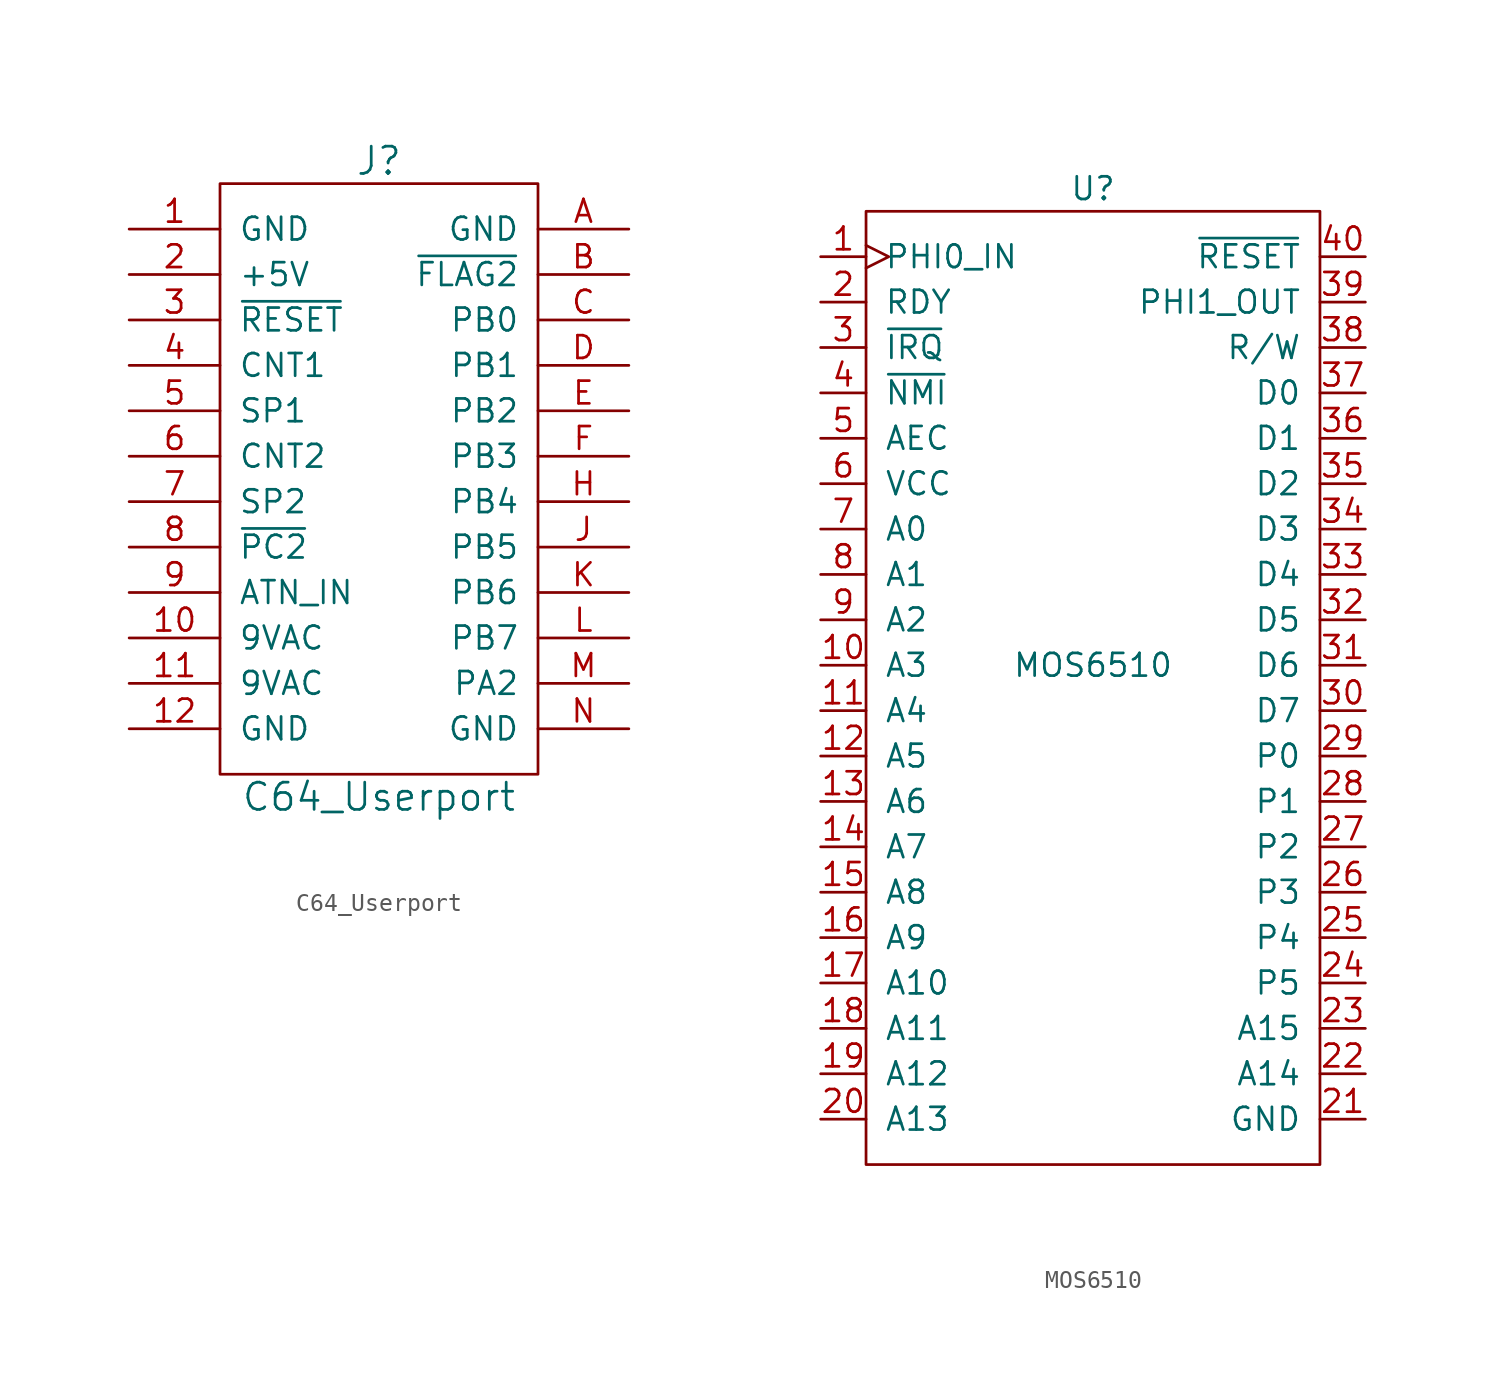
<source format=kicad_sym>
(kicad_symbol_lib
  (version 20211014)
  (generator kicad_symbol_editor)
  (symbol "C64_Userport"
    (pin_names
      (offset 1.016))
    (property "Reference" "J"
      (at 0 17.78 0)
      (effects (font (size 1.524 1.524))))
    (property "Value" "C64_Userport"
      (at 0 -17.78 0)
      (effects (font (size 1.524 1.524))))
    (symbol "C64_Userport_0_1"
      (rectangle (start -8.89 16.51) (end 8.89 -16.51) (stroke (width 0) (type default) (color 0 0 0 0)) (fill (type none))))
    (symbol "C64_Userport_1_1"
      (pin input line (at -13.97 13.97 0) (length 5.08) (name "GND" (effects (font (size 1.27 1.27)))) (number "1" (effects (font (size 1.27 1.27)))))
      (pin input line (at -13.97 -8.89 0) (length 5.08) (name "9VAC" (effects (font (size 1.27 1.27)))) (number "10" (effects (font (size 1.27 1.27)))))
      (pin input line (at -13.97 -11.43 0) (length 5.08) (name "9VAC" (effects (font (size 1.27 1.27)))) (number "11" (effects (font (size 1.27 1.27)))))
      (pin input line (at -13.97 -13.97 0) (length 5.08) (name "GND" (effects (font (size 1.27 1.27)))) (number "12" (effects (font (size 1.27 1.27)))))
      (pin input line (at -13.97 11.43 0) (length 5.08) (name "+5V" (effects (font (size 1.27 1.27)))) (number "2" (effects (font (size 1.27 1.27)))))
      (pin input line (at -13.97 8.89 0) (length 5.08) (name "~{RESET}" (effects (font (size 1.27 1.27)))) (number "3" (effects (font (size 1.27 1.27)))))
      (pin input line (at -13.97 6.35 0) (length 5.08) (name "CNT1" (effects (font (size 1.27 1.27)))) (number "4" (effects (font (size 1.27 1.27)))))
      (pin input line (at -13.97 3.81 0) (length 5.08) (name "SP1" (effects (font (size 1.27 1.27)))) (number "5" (effects (font (size 1.27 1.27)))))
      (pin input line (at -13.97 1.27 0) (length 5.08) (name "CNT2" (effects (font (size 1.27 1.27)))) (number "6" (effects (font (size 1.27 1.27)))))
      (pin input line (at -13.97 -1.27 0) (length 5.08) (name "SP2" (effects (font (size 1.27 1.27)))) (number "7" (effects (font (size 1.27 1.27)))))
      (pin input line (at -13.97 -3.81 0) (length 5.08) (name "~{PC2}" (effects (font (size 1.27 1.27)))) (number "8" (effects (font (size 1.27 1.27)))))
      (pin input line (at -13.97 -6.35 0) (length 5.08) (name "ATN_IN" (effects (font (size 1.27 1.27)))) (number "9" (effects (font (size 1.27 1.27)))))
      (pin input line (at 13.97 13.97 180) (length 5.08) (name "GND" (effects (font (size 1.27 1.27)))) (number "A" (effects (font (size 1.27 1.27)))))
      (pin input line (at 13.97 11.43 180) (length 5.08) (name "~{FLAG2}" (effects (font (size 1.27 1.27)))) (number "B" (effects (font (size 1.27 1.27)))))
      (pin input line (at 13.97 8.89 180) (length 5.08) (name "PB0" (effects (font (size 1.27 1.27)))) (number "C" (effects (font (size 1.27 1.27)))))
      (pin input line (at 13.97 6.35 180) (length 5.08) (name "PB1" (effects (font (size 1.27 1.27)))) (number "D" (effects (font (size 1.27 1.27)))))
      (pin input line (at 13.97 3.81 180) (length 5.08) (name "PB2" (effects (font (size 1.27 1.27)))) (number "E" (effects (font (size 1.27 1.27)))))
      (pin input line (at 13.97 1.27 180) (length 5.08) (name "PB3" (effects (font (size 1.27 1.27)))) (number "F" (effects (font (size 1.27 1.27)))))
      (pin input line (at 13.97 -1.27 180) (length 5.08) (name "PB4" (effects (font (size 1.27 1.27)))) (number "H" (effects (font (size 1.27 1.27)))))
      (pin input line (at 13.97 -3.81 180) (length 5.08) (name "PB5" (effects (font (size 1.27 1.27)))) (number "J" (effects (font (size 1.27 1.27)))))
      (pin input line (at 13.97 -6.35 180) (length 5.08) (name "PB6" (effects (font (size 1.27 1.27)))) (number "K" (effects (font (size 1.27 1.27)))))
      (pin input line (at 13.97 -8.89 180) (length 5.08) (name "PB7" (effects (font (size 1.27 1.27)))) (number "L" (effects (font (size 1.27 1.27)))))
      (pin input line (at 13.97 -11.43 180) (length 5.08) (name "PA2" (effects (font (size 1.27 1.27)))) (number "M" (effects (font (size 1.27 1.27)))))
      (pin input line (at 13.97 -13.97 180) (length 5.08) (name "GND" (effects (font (size 1.27 1.27)))) (number "N" (effects (font (size 1.27 1.27)))))))
  (symbol "MOS6510"
    (pin_names
      (offset 1.016))
    (property "Reference" "U"
      (at 0 26.67 0)
      (effects (font (size 1.27 1.27))))
    (property "Value" "MOS6510"
      (at 0 0 0)
      (effects (font (size 1.27 1.27))))
    (symbol "MOS6510_0_1"
      (rectangle (start -12.7 25.4) (end 12.7 -27.94) (stroke (width 0) (type default) (color 0 0 0 0)) (fill (type none))))
    (symbol "MOS6510_1_1"
      (pin input clock (at -15.24 22.86 0) (length 2.54) (name "PHI0_IN" (effects (font (size 1.27 1.27)))) (number "1" (effects (font (size 1.27 1.27)))))
      (pin output line (at -15.24 0 0) (length 2.54) (name "A3" (effects (font (size 1.27 1.27)))) (number "10" (effects (font (size 1.27 1.27)))))
      (pin output line (at -15.24 -2.54 0) (length 2.54) (name "A4" (effects (font (size 1.27 1.27)))) (number "11" (effects (font (size 1.27 1.27)))))
      (pin output line (at -15.24 -5.08 0) (length 2.54) (name "A5" (effects (font (size 1.27 1.27)))) (number "12" (effects (font (size 1.27 1.27)))))
      (pin output line (at -15.24 -7.62 0) (length 2.54) (name "A6" (effects (font (size 1.27 1.27)))) (number "13" (effects (font (size 1.27 1.27)))))
      (pin output line (at -15.24 -10.16 0) (length 2.54) (name "A7" (effects (font (size 1.27 1.27)))) (number "14" (effects (font (size 1.27 1.27)))))
      (pin output line (at -15.24 -12.7 0) (length 2.54) (name "A8" (effects (font (size 1.27 1.27)))) (number "15" (effects (font (size 1.27 1.27)))))
      (pin output line (at -15.24 -15.24 0) (length 2.54) (name "A9" (effects (font (size 1.27 1.27)))) (number "16" (effects (font (size 1.27 1.27)))))
      (pin output line (at -15.24 -17.78 0) (length 2.54) (name "A10" (effects (font (size 1.27 1.27)))) (number "17" (effects (font (size 1.27 1.27)))))
      (pin output line (at -15.24 -20.32 0) (length 2.54) (name "A11" (effects (font (size 1.27 1.27)))) (number "18" (effects (font (size 1.27 1.27)))))
      (pin output line (at -15.24 -22.86 0) (length 2.54) (name "A12" (effects (font (size 1.27 1.27)))) (number "19" (effects (font (size 1.27 1.27)))))
      (pin input line (at -15.24 20.32 0) (length 2.54) (name "RDY" (effects (font (size 1.27 1.27)))) (number "2" (effects (font (size 1.27 1.27)))))
      (pin output line (at -15.24 -25.4 0) (length 2.54) (name "A13" (effects (font (size 1.27 1.27)))) (number "20" (effects (font (size 1.27 1.27)))))
      (pin power_out line (at 15.24 -25.4 180) (length 2.54) (name "GND" (effects (font (size 1.27 1.27)))) (number "21" (effects (font (size 1.27 1.27)))))
      (pin output line (at 15.24 -22.86 180) (length 2.54) (name "A14" (effects (font (size 1.27 1.27)))) (number "22" (effects (font (size 1.27 1.27)))))
      (pin output line (at 15.24 -20.32 180) (length 2.54) (name "A15" (effects (font (size 1.27 1.27)))) (number "23" (effects (font (size 1.27 1.27)))))
      (pin bidirectional line (at 15.24 -17.78 180) (length 2.54) (name "P5" (effects (font (size 1.27 1.27)))) (number "24" (effects (font (size 1.27 1.27)))))
      (pin bidirectional line (at 15.24 -15.24 180) (length 2.54) (name "P4" (effects (font (size 1.27 1.27)))) (number "25" (effects (font (size 1.27 1.27)))))
      (pin bidirectional line (at 15.24 -12.7 180) (length 2.54) (name "P3" (effects (font (size 1.27 1.27)))) (number "26" (effects (font (size 1.27 1.27)))))
      (pin bidirectional line (at 15.24 -10.16 180) (length 2.54) (name "P2" (effects (font (size 1.27 1.27)))) (number "27" (effects (font (size 1.27 1.27)))))
      (pin bidirectional line (at 15.24 -7.62 180) (length 2.54) (name "P1" (effects (font (size 1.27 1.27)))) (number "28" (effects (font (size 1.27 1.27)))))
      (pin bidirectional line (at 15.24 -5.08 180) (length 2.54) (name "P0" (effects (font (size 1.27 1.27)))) (number "29" (effects (font (size 1.27 1.27)))))
      (pin input line (at -15.24 17.78 0) (length 2.54) (name "~{IRQ}" (effects (font (size 1.27 1.27)))) (number "3" (effects (font (size 1.27 1.27)))))
      (pin bidirectional line (at 15.24 -2.54 180) (length 2.54) (name "D7" (effects (font (size 1.27 1.27)))) (number "30" (effects (font (size 1.27 1.27)))))
      (pin bidirectional line (at 15.24 0 180) (length 2.54) (name "D6" (effects (font (size 1.27 1.27)))) (number "31" (effects (font (size 1.27 1.27)))))
      (pin bidirectional line (at 15.24 2.54 180) (length 2.54) (name "D5" (effects (font (size 1.27 1.27)))) (number "32" (effects (font (size 1.27 1.27)))))
      (pin bidirectional line (at 15.24 5.08 180) (length 2.54) (name "D4" (effects (font (size 1.27 1.27)))) (number "33" (effects (font (size 1.27 1.27)))))
      (pin bidirectional line (at 15.24 7.62 180) (length 2.54) (name "D3" (effects (font (size 1.27 1.27)))) (number "34" (effects (font (size 1.27 1.27)))))
      (pin bidirectional line (at 15.24 10.16 180) (length 2.54) (name "D2" (effects (font (size 1.27 1.27)))) (number "35" (effects (font (size 1.27 1.27)))))
      (pin bidirectional line (at 15.24 12.7 180) (length 2.54) (name "D1" (effects (font (size 1.27 1.27)))) (number "36" (effects (font (size 1.27 1.27)))))
      (pin bidirectional line (at 15.24 15.24 180) (length 2.54) (name "D0" (effects (font (size 1.27 1.27)))) (number "37" (effects (font (size 1.27 1.27)))))
      (pin output line (at 15.24 17.78 180) (length 2.54) (name "R/W" (effects (font (size 1.27 1.27)))) (number "38" (effects (font (size 1.27 1.27)))))
      (pin output line (at 15.24 20.32 180) (length 2.54) (name "PHI1_OUT" (effects (font (size 1.27 1.27)))) (number "39" (effects (font (size 1.27 1.27)))))
      (pin input line (at -15.24 15.24 0) (length 2.54) (name "~{NMI}" (effects (font (size 1.27 1.27)))) (number "4" (effects (font (size 1.27 1.27)))))
      (pin input line (at 15.24 22.86 180) (length 2.54) (name "~{RESET}" (effects (font (size 1.27 1.27)))) (number "40" (effects (font (size 1.27 1.27)))))
      (pin input line (at -15.24 12.7 0) (length 2.54) (name "AEC" (effects (font (size 1.27 1.27)))) (number "5" (effects (font (size 1.27 1.27)))))
      (pin power_in line (at -15.24 10.16 0) (length 2.54) (name "VCC" (effects (font (size 1.27 1.27)))) (number "6" (effects (font (size 1.27 1.27)))))
      (pin output line (at -15.24 7.62 0) (length 2.54) (name "A0" (effects (font (size 1.27 1.27)))) (number "7" (effects (font (size 1.27 1.27)))))
      (pin output line (at -15.24 5.08 0) (length 2.54) (name "A1" (effects (font (size 1.27 1.27)))) (number "8" (effects (font (size 1.27 1.27)))))
      (pin output line (at -15.24 2.54 0) (length 2.54) (name "A2" (effects (font (size 1.27 1.27)))) (number "9" (effects (font (size 1.27 1.27))))))))
</source>
